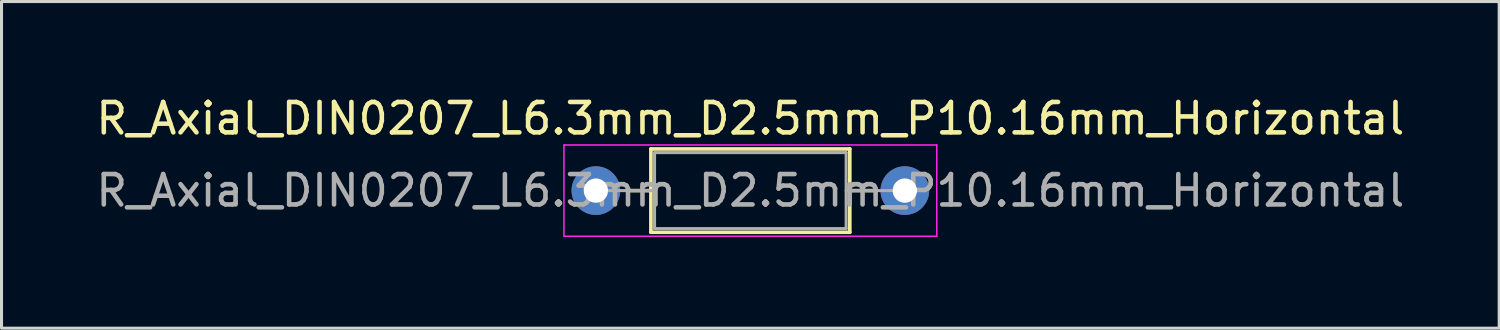
<source format=kicad_pcb>
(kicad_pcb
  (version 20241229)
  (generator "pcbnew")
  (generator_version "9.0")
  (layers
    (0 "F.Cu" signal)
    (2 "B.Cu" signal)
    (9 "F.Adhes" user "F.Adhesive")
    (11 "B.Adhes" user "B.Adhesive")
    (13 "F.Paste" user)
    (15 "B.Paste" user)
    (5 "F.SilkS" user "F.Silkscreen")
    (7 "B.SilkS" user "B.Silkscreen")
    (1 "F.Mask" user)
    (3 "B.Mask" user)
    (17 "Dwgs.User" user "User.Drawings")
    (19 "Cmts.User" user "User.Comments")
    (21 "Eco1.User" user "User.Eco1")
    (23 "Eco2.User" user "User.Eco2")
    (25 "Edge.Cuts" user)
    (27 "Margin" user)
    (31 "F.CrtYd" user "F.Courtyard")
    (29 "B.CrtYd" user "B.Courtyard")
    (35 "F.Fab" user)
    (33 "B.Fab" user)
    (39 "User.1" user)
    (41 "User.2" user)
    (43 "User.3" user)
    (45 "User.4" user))
  (footprint "R_Axial_DIN0207_L6.3mm_D2.5mm_P10.16mm_Horizontal"
    (layer "F.Cu")
    (at 16.545 3.218)
    (property "Reference" "R_Axial_DIN0207_L6.3mm_D2.5mm_P10.16mm_Horizontal" (at 5.08 -2.37 0) (layer "F.SilkS") (effects (font (size 1 1) (thickness 0.15))))
    (attr through_hole)
    (fp_line (start 1.04 0) (end 1.81 0) (stroke (width 0.12) (type solid)) (layer "F.SilkS"))
    (fp_line (start 1.81 -1.37) (end 1.81 1.37) (stroke (width 0.12) (type solid)) (layer "F.SilkS"))
    (fp_line (start 1.81 1.37) (end 8.35 1.37) (stroke (width 0.12) (type solid)) (layer "F.SilkS"))
    (fp_line (start 8.35 -1.37) (end 1.81 -1.37) (stroke (width 0.12) (type solid)) (layer "F.SilkS"))
    (fp_line (start 8.35 1.37) (end 8.35 -1.37) (stroke (width 0.12) (type solid)) (layer "F.SilkS"))
    (fp_line (start 9.12 0) (end 8.35 0) (stroke (width 0.12) (type solid)) (layer "F.SilkS"))
    (fp_line (start -1.05 -1.5) (end -1.05 1.5) (stroke (width 0.05) (type solid)) (layer "F.CrtYd"))
    (fp_line (start -1.05 1.5) (end 11.21 1.5) (stroke (width 0.05) (type solid)) (layer "F.CrtYd"))
    (fp_line (start 11.21 -1.5) (end -1.05 -1.5) (stroke (width 0.05) (type solid)) (layer "F.CrtYd"))
    (fp_line (start 11.21 1.5) (end 11.21 -1.5) (stroke (width 0.05) (type solid)) (layer "F.CrtYd"))
    (fp_line (start 0 0) (end 1.93 0) (stroke (width 0.1) (type solid)) (layer "F.Fab"))
    (fp_line (start 1.93 -1.25) (end 1.93 1.25) (stroke (width 0.1) (type solid)) (layer "F.Fab"))
    (fp_line (start 1.93 1.25) (end 8.23 1.25) (stroke (width 0.1) (type solid)) (layer "F.Fab"))
    (fp_line (start 8.23 -1.25) (end 1.93 -1.25) (stroke (width 0.1) (type solid)) (layer "F.Fab"))
    (fp_line (start 8.23 1.25) (end 8.23 -1.25) (stroke (width 0.1) (type solid)) (layer "F.Fab"))
    (fp_line (start 10.16 0) (end 8.23 0) (stroke (width 0.1) (type solid)) (layer "F.Fab"))
    (fp_text user "${REFERENCE}" (at 5.08 0 0) (layer "F.Fab") (effects (font (size 1 1) (thickness 0.15))))
    (pad "1" thru_hole circle (at 0 0) (size 1.6 1.6) (drill 0.8) (layers "*.Cu" "*.Mask"))
    (pad "2" thru_hole oval (at 10.16 0) (size 1.6 1.6) (drill 0.8) (layers "*.Cu" "*.Mask")))
  (gr_rect
    (start -3 -3)
    (end 46.25 7.743)
    (stroke (width 0.1) (type default))
    (fill no)
    (layer "Edge.Cuts")))
</source>
